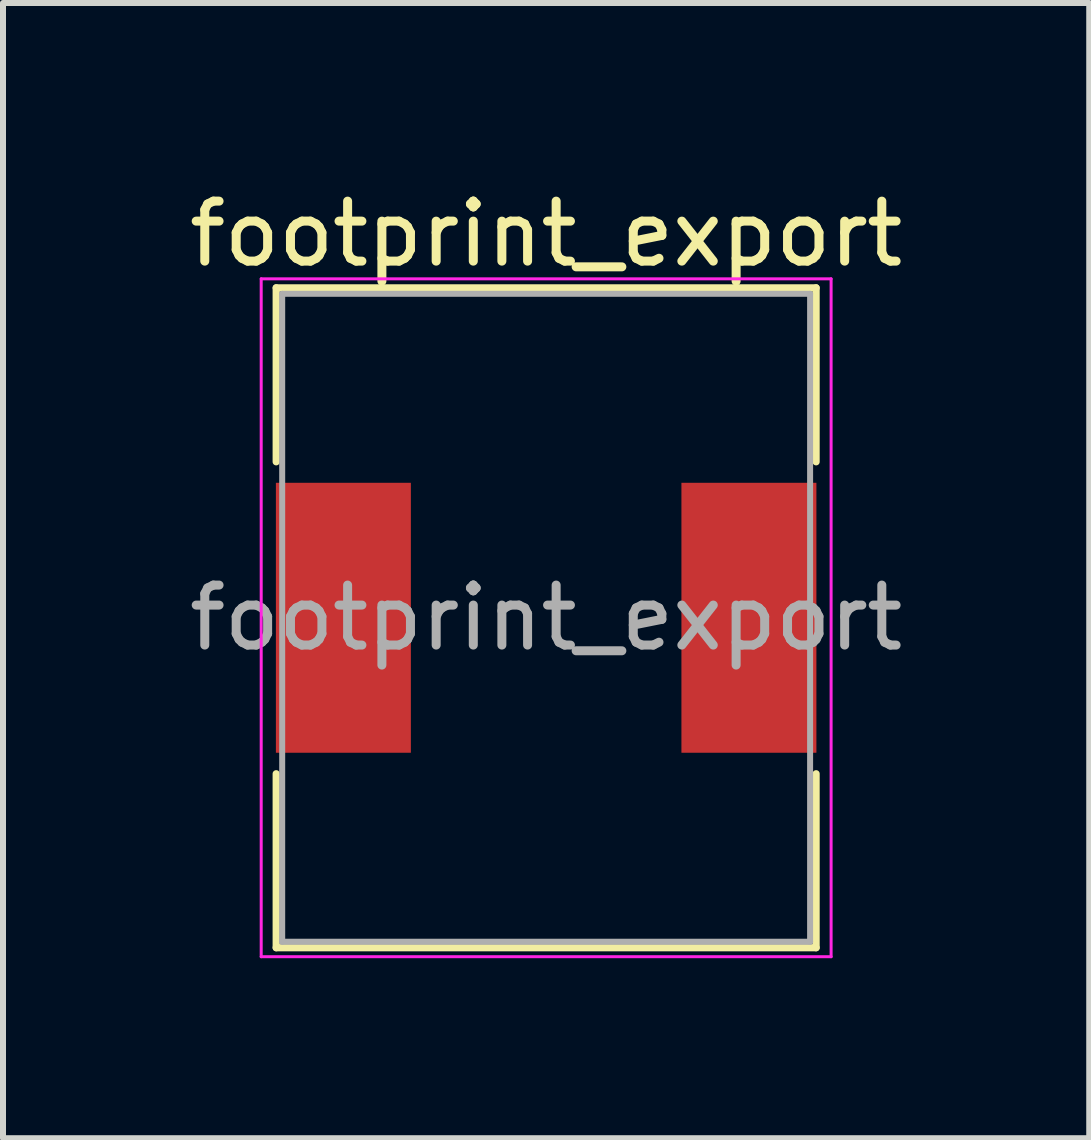
<source format=kicad_pcb>
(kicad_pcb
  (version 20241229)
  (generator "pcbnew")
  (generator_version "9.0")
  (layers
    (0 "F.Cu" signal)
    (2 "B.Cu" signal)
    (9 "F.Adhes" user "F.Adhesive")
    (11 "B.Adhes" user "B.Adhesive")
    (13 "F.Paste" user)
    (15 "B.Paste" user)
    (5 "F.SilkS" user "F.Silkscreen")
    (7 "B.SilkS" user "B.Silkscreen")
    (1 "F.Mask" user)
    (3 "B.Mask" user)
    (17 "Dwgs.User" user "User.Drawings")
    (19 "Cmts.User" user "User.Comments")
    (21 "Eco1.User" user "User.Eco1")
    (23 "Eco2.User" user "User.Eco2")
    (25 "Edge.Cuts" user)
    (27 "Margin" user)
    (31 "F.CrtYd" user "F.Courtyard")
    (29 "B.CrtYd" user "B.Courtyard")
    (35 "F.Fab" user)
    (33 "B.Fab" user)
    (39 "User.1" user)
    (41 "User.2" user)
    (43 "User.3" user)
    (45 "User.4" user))
  (footprint "footprint_export"
    (layer "F.Cu")
    (at 6.054 7.248)
    (property "Reference" "footprint_export" (at 0 -6.4 0) (layer "F.SilkS") (effects (font (size 1 1) (thickness 0.15))))
    (attr smd)
    (fp_line (start -4.5 -5.5) (end 4.5 -5.5) (stroke (width 0.12) (type solid)) (layer "F.SilkS"))
    (fp_line (start -4.5 -2.6) (end -4.5 -5.5) (stroke (width 0.12) (type solid)) (layer "F.SilkS"))
    (fp_line (start -4.5 5.5) (end -4.5 2.6) (stroke (width 0.12) (type solid)) (layer "F.SilkS"))
    (fp_line (start 4.5 -5.5) (end 4.5 -2.6) (stroke (width 0.12) (type solid)) (layer "F.SilkS"))
    (fp_line (start 4.5 2.6) (end 4.5 5.5) (stroke (width 0.12) (type solid)) (layer "F.SilkS"))
    (fp_line (start 4.5 5.5) (end -4.5 5.5) (stroke (width 0.12) (type solid)) (layer "F.SilkS"))
    (fp_line (start -4.75 -5.65) (end -4.75 5.65) (stroke (width 0.05) (type solid)) (layer "F.CrtYd"))
    (fp_line (start -4.75 -5.65) (end 4.75 -5.65) (stroke (width 0.05) (type solid)) (layer "F.CrtYd"))
    (fp_line (start 4.75 5.65) (end -4.75 5.65) (stroke (width 0.05) (type solid)) (layer "F.CrtYd"))
    (fp_line (start 4.75 5.65) (end 4.75 -5.65) (stroke (width 0.05) (type solid)) (layer "F.CrtYd"))
    (fp_line (start -4.4 -5.4) (end 4.4 -5.4) (stroke (width 0.1) (type solid)) (layer "F.Fab"))
    (fp_line (start -4.4 5.4) (end -4.4 -5.4) (stroke (width 0.1) (type solid)) (layer "F.Fab"))
    (fp_line (start 4.4 -5.4) (end 4.4 5.4) (stroke (width 0.1) (type solid)) (layer "F.Fab"))
    (fp_line (start 4.4 5.4) (end -4.4 5.4) (stroke (width 0.1) (type solid)) (layer "F.Fab"))
    (fp_text user "${REFERENCE}" (at 0 0 0) (layer "F.Fab") (effects (font (size 1 1) (thickness 0.15))))
    (pad "1" smd rect (at -3.38 0) (size 2.25 4.5) (layers "F.Cu" "F.Mask" "F.Paste"))
    (pad "2" smd rect (at 3.38 0) (size 2.25 4.5) (layers "F.Cu" "F.Mask" "F.Paste")))
  (gr_rect
    (start -3 -3)
    (end 15.107 15.923)
    (stroke (width 0.1) (type default))
    (fill no)
    (layer "Edge.Cuts")))
</source>
